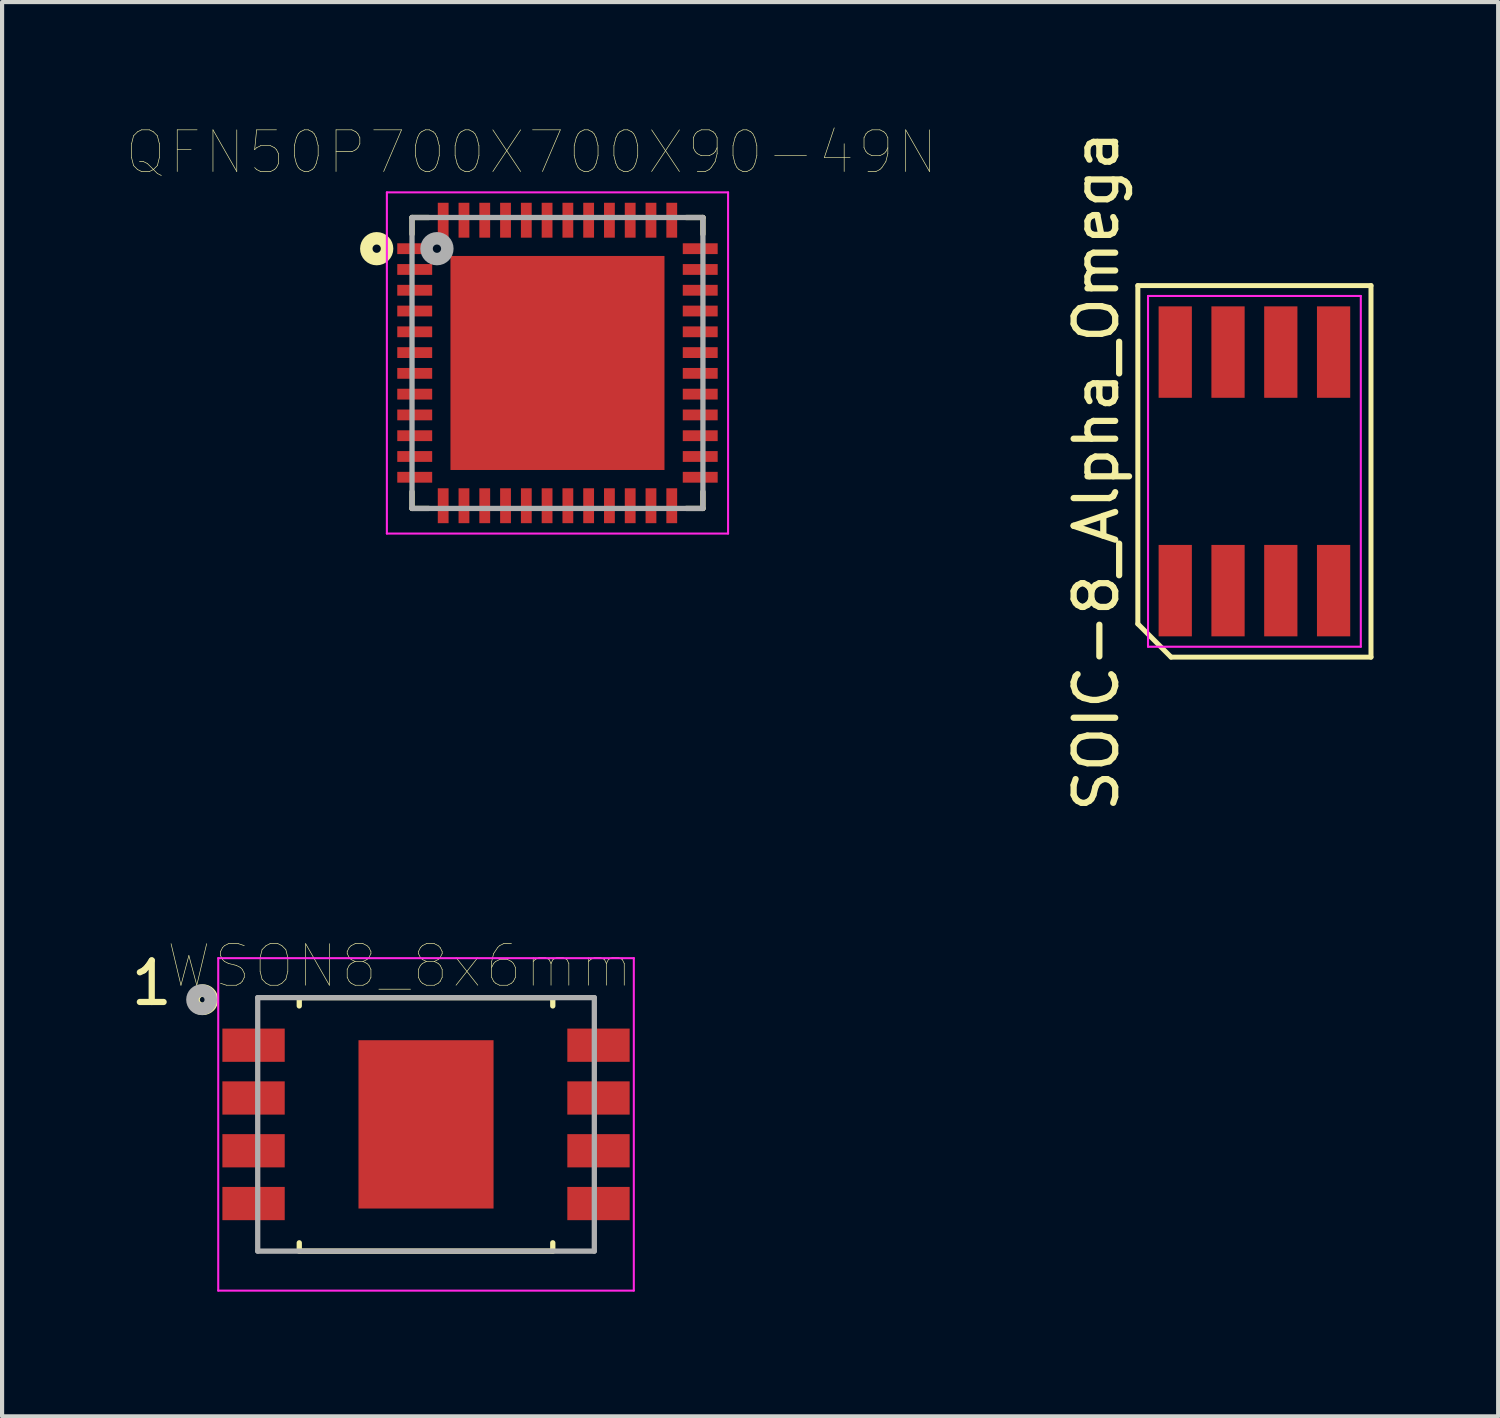
<source format=kicad_pcb>
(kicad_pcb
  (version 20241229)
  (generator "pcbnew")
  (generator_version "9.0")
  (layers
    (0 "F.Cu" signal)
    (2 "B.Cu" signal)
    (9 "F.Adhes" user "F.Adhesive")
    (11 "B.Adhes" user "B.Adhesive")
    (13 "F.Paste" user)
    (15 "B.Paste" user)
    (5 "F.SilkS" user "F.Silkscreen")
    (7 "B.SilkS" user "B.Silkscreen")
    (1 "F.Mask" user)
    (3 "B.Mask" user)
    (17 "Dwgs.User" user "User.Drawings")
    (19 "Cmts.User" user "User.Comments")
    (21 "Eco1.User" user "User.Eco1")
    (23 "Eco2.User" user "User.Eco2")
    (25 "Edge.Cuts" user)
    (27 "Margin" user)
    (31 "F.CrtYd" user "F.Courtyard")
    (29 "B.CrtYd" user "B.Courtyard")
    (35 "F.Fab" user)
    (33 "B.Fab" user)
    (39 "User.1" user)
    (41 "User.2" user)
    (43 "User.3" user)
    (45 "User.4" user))
  (footprint "SOIC-8_Alpha_Omega"
    (layer "F.Cu")
    (at 27.134 8.292)
    (property "Reference" "SOIC-8_Alpha_Omega" (at -3.805 0 90) (layer "F.SilkS") (effects (font (size 1 1) (thickness 0.15))))
    (attr smd)
    (fp_line (start -2.805 -4.47) (end 2.805 -4.47) (stroke (width 0.12) (type solid)) (layer "F.SilkS"))
    (fp_line (start -2.805 3.67) (end -2.805 -4.47) (stroke (width 0.12) (type solid)) (layer "F.SilkS"))
    (fp_line (start -2.005 4.47) (end -2.805 3.67) (stroke (width 0.12) (type solid)) (layer "F.SilkS"))
    (fp_line (start 2.805 -4.47) (end 2.805 4.47) (stroke (width 0.12) (type solid)) (layer "F.SilkS"))
    (fp_line (start 2.805 4.47) (end -2.005 4.47) (stroke (width 0.12) (type solid)) (layer "F.SilkS"))
    (fp_line (start -2.56 -4.22) (end 2.56 -4.22) (stroke (width 0.05) (type solid)) (layer "F.CrtYd"))
    (fp_line (start -2.56 4.22) (end -2.56 -4.22) (stroke (width 0.05) (type solid)) (layer "F.CrtYd"))
    (fp_line (start 2.56 -4.22) (end 2.56 4.22) (stroke (width 0.05) (type solid)) (layer "F.CrtYd"))
    (fp_line (start 2.56 4.22) (end -2.56 4.22) (stroke (width 0.05) (type solid)) (layer "F.CrtYd"))
    (pad "1" smd rect (at -1.905 2.87) (size 0.8 2.2) (layers "F.Cu" "F.Mask" "F.Paste"))
    (pad "2" smd rect (at -0.635 2.87) (size 0.8 2.2) (layers "F.Cu" "F.Mask" "F.Paste"))
    (pad "3" smd rect (at 0.635 2.87) (size 0.8 2.2) (layers "F.Cu" "F.Mask" "F.Paste"))
    (pad "4" smd rect (at 1.905 2.87) (size 0.8 2.2) (layers "F.Cu" "F.Mask" "F.Paste"))
    (pad "5" smd rect (at 1.905 -2.87) (size 0.8 2.2) (layers "F.Cu" "F.Mask" "F.Paste"))
    (pad "6" smd rect (at 0.635 -2.87) (size 0.8 2.2) (layers "F.Cu" "F.Mask" "F.Paste"))
    (pad "7" smd rect (at -0.635 -2.87) (size 0.8 2.2) (layers "F.Cu" "F.Mask" "F.Paste"))
    (pad "8" smd rect (at -1.905 -2.87) (size 0.8 2.2) (layers "F.Cu" "F.Mask" "F.Paste")))
  (footprint "WSON8_8x6mm"
    (layer "F.Cu")
    (at 7.201 24.005)
    (property "Reference" "WSON8_8x6mm" (at -0.635 -3.81 0) (layer "F.SilkS") (effects (font (size 1 1) (thickness 0.015))))
    (attr through_hole)
    (fp_line (start -3.05 -3.05) (end 3.05 -3.05) (stroke (width 0.127) (type solid)) (layer "F.SilkS"))
    (fp_line (start -3.05 -2.85) (end -3.05 -3.05) (stroke (width 0.127) (type solid)) (layer "F.SilkS"))
    (fp_line (start -3.05 2.85) (end -3.05 3.05) (stroke (width 0.127) (type solid)) (layer "F.SilkS"))
    (fp_line (start -3.05 3.05) (end 3.05 3.05) (stroke (width 0.127) (type solid)) (layer "F.SilkS"))
    (fp_line (start 3.05 -3.05) (end 3.05 -2.85) (stroke (width 0.127) (type solid)) (layer "F.SilkS"))
    (fp_line (start 3.05 3.05) (end 3.05 2.85) (stroke (width 0.127) (type solid)) (layer "F.SilkS"))
    (fp_circle (center -5.371 -3) (end -5.3 -3) (stroke (width 0.3) (type solid)) (fill no) (layer "F.SilkS"))
    (fp_poly (pts (xy -1.341 -1.64) (xy -0.18 -1.64) (xy -0.18 -0.18) (xy -1.341 -0.18)) (stroke (width 0.01) (type solid)) (fill yes) (layer "F.Paste"))
    (fp_poly (pts (xy -1.341 0.18) (xy -0.18 0.18) (xy -0.18 1.641) (xy -1.341 1.641)) (stroke (width 0.01) (type solid)) (fill yes) (layer "F.Paste"))
    (fp_poly (pts (xy 0.18 -1.64) (xy 1.34 -1.64) (xy 1.34 -0.18) (xy 0.18 -0.18)) (stroke (width 0.01) (type solid)) (fill yes) (layer "F.Paste"))
    (fp_poly (pts (xy 0.18 0.18) (xy 1.34 0.18) (xy 1.34 1.643) (xy 0.18 1.643)) (stroke (width 0.01) (type solid)) (fill yes) (layer "F.Paste"))
    (fp_line (start -5 -4) (end 5 -4) (stroke (width 0.05) (type solid)) (layer "F.CrtYd"))
    (fp_line (start -5 4) (end -5 -4) (stroke (width 0.05) (type solid)) (layer "F.CrtYd"))
    (fp_line (start 5 -4) (end 5 4) (stroke (width 0.05) (type solid)) (layer "F.CrtYd"))
    (fp_line (start 5 4) (end -5 4) (stroke (width 0.05) (type solid)) (layer "F.CrtYd"))
    (fp_line (start -4.05 -3.05) (end 4.05 -3.05) (stroke (width 0.127) (type solid)) (layer "F.Fab"))
    (fp_line (start -4.05 3.05) (end -4.05 -3.05) (stroke (width 0.127) (type solid)) (layer "F.Fab"))
    (fp_line (start 4.05 -3.05) (end 4.05 3.05) (stroke (width 0.127) (type solid)) (layer "F.Fab"))
    (fp_line (start 4.05 3.05) (end -4.05 3.05) (stroke (width 0.127) (type solid)) (layer "F.Fab"))
    (fp_circle (center -5.4 -3) (end -5.329 -3) (stroke (width 0.3) (type solid)) (fill no) (layer "F.Fab"))
    (fp_text user "1" (at -6.6 -3.4 0) (layer "F.SilkS") (effects (font (size 1 1) (thickness 0.15))))
    (pad "1" smd rect (at -4.15 -1.905) (size 1.5 0.8) (layers "F.Cu" "F.Mask" "F.Paste"))
    (pad "2" smd rect (at -4.15 -0.635) (size 1.5 0.8) (layers "F.Cu" "F.Mask" "F.Paste"))
    (pad "3" smd rect (at -4.15 0.635) (size 1.5 0.8) (layers "F.Cu" "F.Mask" "F.Paste"))
    (pad "4" smd rect (at -4.15 1.905) (size 1.5 0.8) (layers "F.Cu" "F.Mask" "F.Paste"))
    (pad "5" smd rect (at 4.15 1.905) (size 1.5 0.8) (layers "F.Cu" "F.Mask" "F.Paste"))
    (pad "6" smd rect (at 4.15 0.635) (size 1.5 0.8) (layers "F.Cu" "F.Mask" "F.Paste"))
    (pad "7" smd rect (at 4.15 -0.635) (size 1.5 0.8) (layers "F.Cu" "F.Mask" "F.Paste"))
    (pad "8" smd rect (at 4.15 -1.905) (size 1.5 0.8) (layers "F.Cu" "F.Mask" "F.Paste"))
    (pad "9" smd rect (at 0 0) (size 3.25 4.05) (layers "F.Cu" "F.Mask")))
  (footprint "QFN50P700X700X90-49N"
    (layer "F.Cu")
    (at 10.364 5.684)
    (property "Reference" "QFN50P700X700X90-49N" (at -0.624 -5.07 0) (layer "F.SilkS") (effects (font (size 1.003 1.003) (thickness 0.015))))
    (attr through_hole)
    (fp_line (start -3.5 -3.5) (end -3.5 -3.1) (stroke (width 0.127) (type solid)) (layer "F.SilkS"))
    (fp_line (start -3.5 3.1) (end -3.5 3.5) (stroke (width 0.127) (type solid)) (layer "F.SilkS"))
    (fp_line (start -3.5 3.5) (end -3.1 3.5) (stroke (width 0.127) (type solid)) (layer "F.SilkS"))
    (fp_line (start -3.1 -3.5) (end -3.5 -3.5) (stroke (width 0.127) (type solid)) (layer "F.SilkS"))
    (fp_line (start 3.1 -3.5) (end 3.5 -3.5) (stroke (width 0.127) (type solid)) (layer "F.SilkS"))
    (fp_line (start 3.1 3.5) (end 3.5 3.5) (stroke (width 0.127) (type solid)) (layer "F.SilkS"))
    (fp_line (start 3.5 -3.5) (end 3.5 -3.1) (stroke (width 0.127) (type solid)) (layer "F.SilkS"))
    (fp_line (start 3.5 3.5) (end 3.5 3.1) (stroke (width 0.127) (type solid)) (layer "F.SilkS"))
    (fp_circle (center -4.35 -2.75) (end -4.25 -2.75) (stroke (width 0.3) (type solid)) (fill no) (layer "F.SilkS"))
    (fp_poly (pts (xy -2.198 -2.195) (xy -0.375 -2.195) (xy -0.375 -0.376) (xy -2.198 -0.376)) (stroke (width 0.01) (type solid)) (fill yes) (layer "F.Paste"))
    (fp_poly (pts (xy -2.197 0.375) (xy -0.375 0.375) (xy -0.375 2.197) (xy -2.197 2.197)) (stroke (width 0.01) (type solid)) (fill yes) (layer "F.Paste"))
    (fp_poly (pts (xy 0.375 0.375) (xy 2.195 0.375) (xy 2.195 2.195) (xy 0.375 2.195)) (stroke (width 0.01) (type solid)) (fill yes) (layer "F.Paste"))
    (fp_poly (pts (xy 0.376 -2.195) (xy 2.195 -2.195) (xy 2.195 -0.376) (xy 0.376 -0.376)) (stroke (width 0.01) (type solid)) (fill yes) (layer "F.Paste"))
    (fp_line (start -4.105 -4.105) (end 4.105 -4.105) (stroke (width 0.05) (type solid)) (layer "F.CrtYd"))
    (fp_line (start -4.105 4.105) (end -4.105 -4.105) (stroke (width 0.05) (type solid)) (layer "F.CrtYd"))
    (fp_line (start 4.105 -4.105) (end 4.105 4.105) (stroke (width 0.05) (type solid)) (layer "F.CrtYd"))
    (fp_line (start 4.105 4.105) (end -4.105 4.105) (stroke (width 0.05) (type solid)) (layer "F.CrtYd"))
    (fp_line (start -3.5 -3.5) (end 3.5 -3.5) (stroke (width 0.127) (type solid)) (layer "F.Fab"))
    (fp_line (start -3.5 3.5) (end -3.5 -3.5) (stroke (width 0.127) (type solid)) (layer "F.Fab"))
    (fp_line (start 3.5 -3.5) (end 3.5 3.5) (stroke (width 0.127) (type solid)) (layer "F.Fab"))
    (fp_line (start 3.5 3.5) (end -3.5 3.5) (stroke (width 0.127) (type solid)) (layer "F.Fab"))
    (fp_circle (center -2.9 -2.75) (end -2.8 -2.75) (stroke (width 0.3) (type solid)) (fill no) (layer "F.Fab"))
    (pad "1" smd rect (at -3.435 -2.75) (size 0.84 0.26) (layers "F.Cu" "F.Mask" "F.Paste"))
    (pad "2" smd rect (at -3.435 -2.25) (size 0.84 0.26) (layers "F.Cu" "F.Mask" "F.Paste"))
    (pad "3" smd rect (at -3.435 -1.75) (size 0.84 0.26) (layers "F.Cu" "F.Mask" "F.Paste"))
    (pad "4" smd rect (at -3.435 -1.25) (size 0.84 0.26) (layers "F.Cu" "F.Mask" "F.Paste"))
    (pad "5" smd rect (at -3.435 -0.75) (size 0.84 0.26) (layers "F.Cu" "F.Mask" "F.Paste"))
    (pad "6" smd rect (at -3.435 -0.25) (size 0.84 0.26) (layers "F.Cu" "F.Mask" "F.Paste"))
    (pad "7" smd rect (at -3.435 0.25) (size 0.84 0.26) (layers "F.Cu" "F.Mask" "F.Paste"))
    (pad "8" smd rect (at -3.435 0.75) (size 0.84 0.26) (layers "F.Cu" "F.Mask" "F.Paste"))
    (pad "9" smd rect (at -3.435 1.25) (size 0.84 0.26) (layers "F.Cu" "F.Mask" "F.Paste"))
    (pad "10" smd rect (at -3.435 1.75) (size 0.84 0.26) (layers "F.Cu" "F.Mask" "F.Paste"))
    (pad "11" smd rect (at -3.435 2.25) (size 0.84 0.26) (layers "F.Cu" "F.Mask" "F.Paste"))
    (pad "12" smd rect (at -3.435 2.75) (size 0.84 0.26) (layers "F.Cu" "F.Mask" "F.Paste"))
    (pad "13" smd rect (at -2.75 3.435) (size 0.26 0.84) (layers "F.Cu" "F.Mask" "F.Paste"))
    (pad "14" smd rect (at -2.25 3.435) (size 0.26 0.84) (layers "F.Cu" "F.Mask" "F.Paste"))
    (pad "15" smd rect (at -1.75 3.435) (size 0.26 0.84) (layers "F.Cu" "F.Mask" "F.Paste"))
    (pad "16" smd rect (at -1.25 3.435) (size 0.26 0.84) (layers "F.Cu" "F.Mask" "F.Paste"))
    (pad "17" smd rect (at -0.75 3.435) (size 0.26 0.84) (layers "F.Cu" "F.Mask" "F.Paste"))
    (pad "18" smd rect (at -0.25 3.435) (size 0.26 0.84) (layers "F.Cu" "F.Mask" "F.Paste"))
    (pad "19" smd rect (at 0.25 3.435) (size 0.26 0.84) (layers "F.Cu" "F.Mask" "F.Paste"))
    (pad "20" smd rect (at 0.75 3.435) (size 0.26 0.84) (layers "F.Cu" "F.Mask" "F.Paste"))
    (pad "21" smd rect (at 1.25 3.435) (size 0.26 0.84) (layers "F.Cu" "F.Mask" "F.Paste"))
    (pad "22" smd rect (at 1.75 3.435) (size 0.26 0.84) (layers "F.Cu" "F.Mask" "F.Paste"))
    (pad "23" smd rect (at 2.25 3.435) (size 0.26 0.84) (layers "F.Cu" "F.Mask" "F.Paste"))
    (pad "24" smd rect (at 2.75 3.435) (size 0.26 0.84) (layers "F.Cu" "F.Mask" "F.Paste"))
    (pad "25" smd rect (at 3.435 2.75) (size 0.84 0.26) (layers "F.Cu" "F.Mask" "F.Paste"))
    (pad "26" smd rect (at 3.435 2.25) (size 0.84 0.26) (layers "F.Cu" "F.Mask" "F.Paste"))
    (pad "27" smd rect (at 3.435 1.75) (size 0.84 0.26) (layers "F.Cu" "F.Mask" "F.Paste"))
    (pad "28" smd rect (at 3.435 1.25) (size 0.84 0.26) (layers "F.Cu" "F.Mask" "F.Paste"))
    (pad "29" smd rect (at 3.435 0.75) (size 0.84 0.26) (layers "F.Cu" "F.Mask" "F.Paste"))
    (pad "30" smd rect (at 3.435 0.25) (size 0.84 0.26) (layers "F.Cu" "F.Mask" "F.Paste"))
    (pad "31" smd rect (at 3.435 -0.25) (size 0.84 0.26) (layers "F.Cu" "F.Mask" "F.Paste"))
    (pad "32" smd rect (at 3.435 -0.75) (size 0.84 0.26) (layers "F.Cu" "F.Mask" "F.Paste"))
    (pad "33" smd rect (at 3.435 -1.25) (size 0.84 0.26) (layers "F.Cu" "F.Mask" "F.Paste"))
    (pad "34" smd rect (at 3.435 -1.75) (size 0.84 0.26) (layers "F.Cu" "F.Mask" "F.Paste"))
    (pad "35" smd rect (at 3.435 -2.25) (size 0.84 0.26) (layers "F.Cu" "F.Mask" "F.Paste"))
    (pad "36" smd rect (at 3.435 -2.75) (size 0.84 0.26) (layers "F.Cu" "F.Mask" "F.Paste"))
    (pad "37" smd rect (at 2.75 -3.435) (size 0.26 0.84) (layers "F.Cu" "F.Mask" "F.Paste"))
    (pad "38" smd rect (at 2.25 -3.435) (size 0.26 0.84) (layers "F.Cu" "F.Mask" "F.Paste"))
    (pad "39" smd rect (at 1.75 -3.435) (size 0.26 0.84) (layers "F.Cu" "F.Mask" "F.Paste"))
    (pad "40" smd rect (at 1.25 -3.435) (size 0.26 0.84) (layers "F.Cu" "F.Mask" "F.Paste"))
    (pad "41" smd rect (at 0.75 -3.435) (size 0.26 0.84) (layers "F.Cu" "F.Mask" "F.Paste"))
    (pad "42" smd rect (at 0.25 -3.435) (size 0.26 0.84) (layers "F.Cu" "F.Mask" "F.Paste"))
    (pad "43" smd rect (at -0.25 -3.435) (size 0.26 0.84) (layers "F.Cu" "F.Mask" "F.Paste"))
    (pad "44" smd rect (at -0.75 -3.435) (size 0.26 0.84) (layers "F.Cu" "F.Mask" "F.Paste"))
    (pad "45" smd rect (at -1.25 -3.435) (size 0.26 0.84) (layers "F.Cu" "F.Mask" "F.Paste"))
    (pad "46" smd rect (at -1.75 -3.435) (size 0.26 0.84) (layers "F.Cu" "F.Mask" "F.Paste"))
    (pad "47" smd rect (at -2.25 -3.435) (size 0.26 0.84) (layers "F.Cu" "F.Mask" "F.Paste"))
    (pad "48" smd rect (at -2.75 -3.435) (size 0.26 0.84) (layers "F.Cu" "F.Mask" "F.Paste"))
    (pad "49" smd rect (at 0 0) (size 5.15 5.15) (layers "F.Cu" "F.Mask")))
  (gr_rect
    (start -3 -3)
    (end 32.999 31.03)
    (stroke (width 0.1) (type default))
    (fill no)
    (layer "Edge.Cuts")))
</source>
